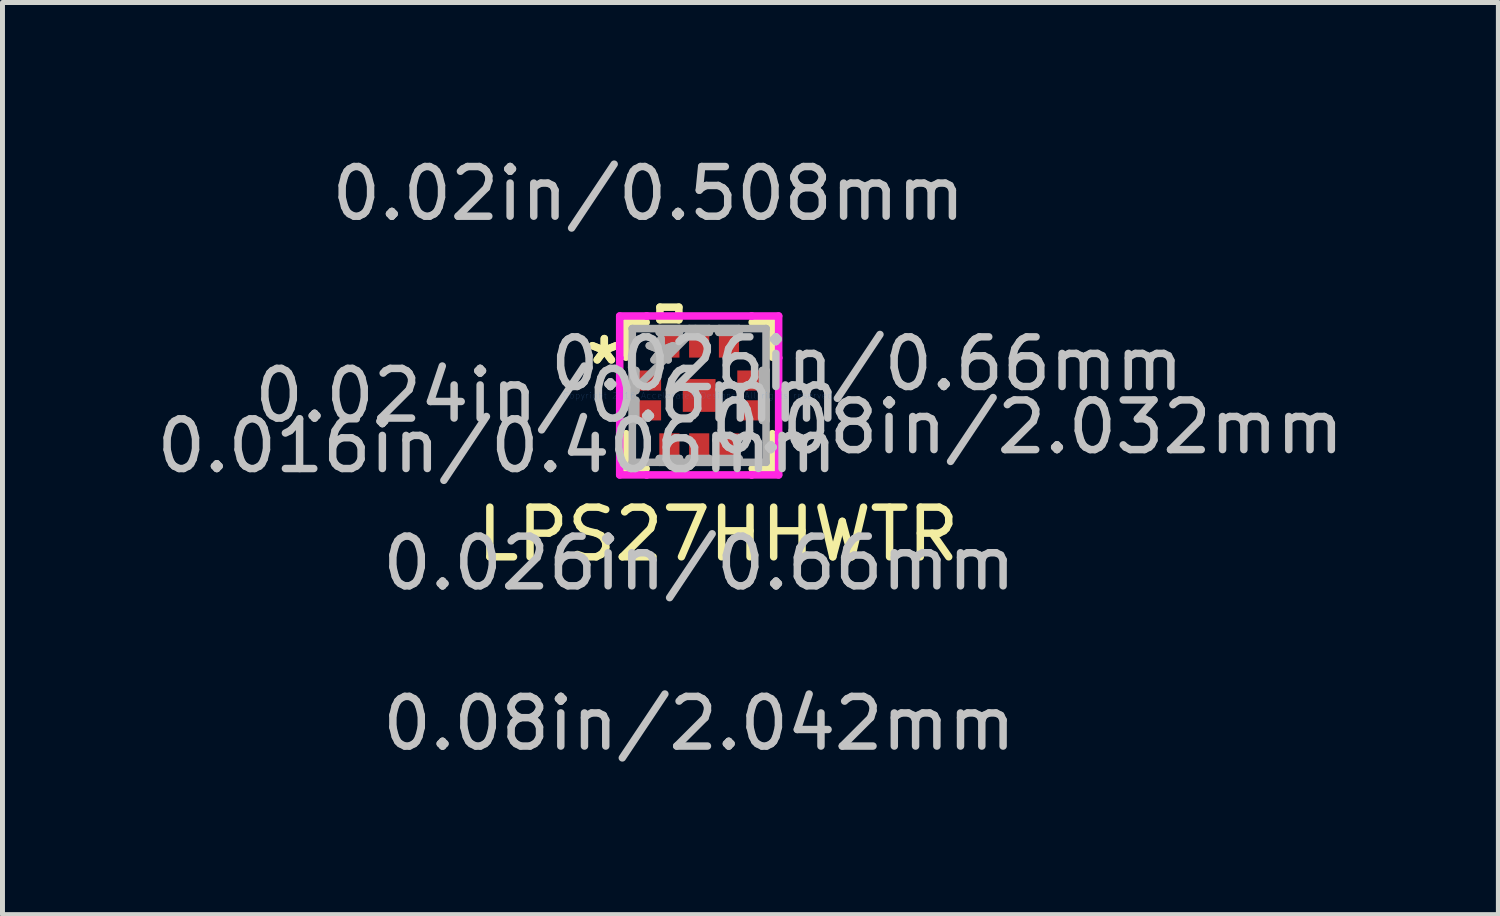
<source format=kicad_pcb>
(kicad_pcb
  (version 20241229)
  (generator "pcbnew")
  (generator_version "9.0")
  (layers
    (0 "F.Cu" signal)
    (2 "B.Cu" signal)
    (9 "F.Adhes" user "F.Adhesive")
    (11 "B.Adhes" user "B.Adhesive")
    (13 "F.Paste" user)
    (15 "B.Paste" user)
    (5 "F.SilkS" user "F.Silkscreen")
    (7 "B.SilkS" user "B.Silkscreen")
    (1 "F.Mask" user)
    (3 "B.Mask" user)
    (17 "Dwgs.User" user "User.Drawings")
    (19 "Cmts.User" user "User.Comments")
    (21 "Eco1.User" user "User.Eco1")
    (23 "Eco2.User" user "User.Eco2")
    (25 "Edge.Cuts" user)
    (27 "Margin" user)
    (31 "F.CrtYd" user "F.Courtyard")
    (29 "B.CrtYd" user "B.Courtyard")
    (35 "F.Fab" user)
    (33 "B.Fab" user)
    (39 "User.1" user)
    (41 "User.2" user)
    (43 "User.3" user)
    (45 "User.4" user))
  (footprint "LPS27HHWTR"
    (layer "F.Cu")
    (at 11.027 4.912)
    (property "Reference" "LPS27HHWTR" (at 0.381 2.794 0) (layer "F.SilkS") (effects (font (size 1 1) (thickness 0.15))))
    (attr through_hole)
    (fp_line (start -1.473 -1.473) (end -1.473 -0.77) (stroke (width 0.152) (type solid)) (layer "F.SilkS"))
    (fp_line (start -1.473 0.77) (end -1.473 1.473) (stroke (width 0.152) (type solid)) (layer "F.SilkS"))
    (fp_line (start -1.473 1.473) (end -1.067 1.473) (stroke (width 0.152) (type solid)) (layer "F.SilkS"))
    (fp_line (start -1.067 -1.473) (end -1.473 -1.473) (stroke (width 0.152) (type solid)) (layer "F.SilkS"))
    (fp_line (start -0.79 -1.778) (end -0.409 -1.778) (stroke (width 0.152) (type solid)) (layer "F.SilkS"))
    (fp_line (start -0.79 -1.524) (end -0.79 -1.778) (stroke (width 0.152) (type solid)) (layer "F.SilkS"))
    (fp_line (start -0.409 -1.778) (end -0.409 -1.524) (stroke (width 0.152) (type solid)) (layer "F.SilkS"))
    (fp_line (start -0.409 -1.524) (end -0.79 -1.524) (stroke (width 0.152) (type solid)) (layer "F.SilkS"))
    (fp_line (start 1.067 1.473) (end 1.473 1.473) (stroke (width 0.152) (type solid)) (layer "F.SilkS"))
    (fp_line (start 1.473 -1.473) (end 1.067 -1.473) (stroke (width 0.152) (type solid)) (layer "F.SilkS"))
    (fp_line (start 1.473 -0.77) (end 1.473 -1.473) (stroke (width 0.152) (type solid)) (layer "F.SilkS"))
    (fp_line (start 1.473 1.473) (end 1.473 0.77) (stroke (width 0.152) (type solid)) (layer "F.SilkS"))
    (fp_line (start -1.6 -1.6) (end -1.057 -1.6) (stroke (width 0.152) (type solid)) (layer "F.CrtYd"))
    (fp_line (start -1.6 -0.757) (end -1.6 -1.6) (stroke (width 0.152) (type solid)) (layer "F.CrtYd"))
    (fp_line (start -1.6 -0.757) (end -1.6 -0.757) (stroke (width 0.152) (type solid)) (layer "F.CrtYd"))
    (fp_line (start -1.6 0.757) (end -1.6 -0.757) (stroke (width 0.152) (type solid)) (layer "F.CrtYd"))
    (fp_line (start -1.6 0.757) (end -1.6 0.757) (stroke (width 0.152) (type solid)) (layer "F.CrtYd"))
    (fp_line (start -1.6 1.6) (end -1.6 0.757) (stroke (width 0.152) (type solid)) (layer "F.CrtYd"))
    (fp_line (start -1.057 -1.6) (end -1.057 -1.6) (stroke (width 0.152) (type solid)) (layer "F.CrtYd"))
    (fp_line (start -1.057 -1.6) (end 1.057 -1.6) (stroke (width 0.152) (type solid)) (layer "F.CrtYd"))
    (fp_line (start -1.057 1.6) (end -1.6 1.6) (stroke (width 0.152) (type solid)) (layer "F.CrtYd"))
    (fp_line (start -1.057 1.6) (end -1.057 1.6) (stroke (width 0.152) (type solid)) (layer "F.CrtYd"))
    (fp_line (start 1.057 -1.6) (end 1.057 -1.6) (stroke (width 0.152) (type solid)) (layer "F.CrtYd"))
    (fp_line (start 1.057 -1.6) (end 1.6 -1.6) (stroke (width 0.152) (type solid)) (layer "F.CrtYd"))
    (fp_line (start 1.057 1.6) (end -1.057 1.6) (stroke (width 0.152) (type solid)) (layer "F.CrtYd"))
    (fp_line (start 1.057 1.6) (end 1.057 1.6) (stroke (width 0.152) (type solid)) (layer "F.CrtYd"))
    (fp_line (start 1.6 -1.6) (end 1.6 -0.757) (stroke (width 0.152) (type solid)) (layer "F.CrtYd"))
    (fp_line (start 1.6 -0.757) (end 1.6 -0.757) (stroke (width 0.152) (type solid)) (layer "F.CrtYd"))
    (fp_line (start 1.6 -0.757) (end 1.6 0.757) (stroke (width 0.152) (type solid)) (layer "F.CrtYd"))
    (fp_line (start 1.6 0.757) (end 1.6 0.757) (stroke (width 0.152) (type solid)) (layer "F.CrtYd"))
    (fp_line (start 1.6 0.757) (end 1.6 1.6) (stroke (width 0.152) (type solid)) (layer "F.CrtYd"))
    (fp_line (start 1.6 1.6) (end 1.057 1.6) (stroke (width 0.152) (type solid)) (layer "F.CrtYd"))
    (fp_line (start -1.346 -1.346) (end -1.346 -1.346) (stroke (width 0.152) (type solid)) (layer "F.Fab"))
    (fp_line (start -1.346 -1.346) (end -1.346 1.346) (stroke (width 0.152) (type solid)) (layer "F.Fab"))
    (fp_line (start -1.346 -0.503) (end -1.275 -0.503) (stroke (width 0.152) (type solid)) (layer "F.Fab"))
    (fp_line (start -1.346 -0.097) (end -1.346 -0.503) (stroke (width 0.152) (type solid)) (layer "F.Fab"))
    (fp_line (start -1.346 -0.076) (end -0.076 -1.346) (stroke (width 0.152) (type solid)) (layer "F.Fab"))
    (fp_line (start -1.346 0.097) (end -1.275 0.097) (stroke (width 0.152) (type solid)) (layer "F.Fab"))
    (fp_line (start -1.346 0.503) (end -1.346 0.097) (stroke (width 0.152) (type solid)) (layer "F.Fab"))
    (fp_line (start -1.346 1.346) (end -1.346 1.346) (stroke (width 0.152) (type solid)) (layer "F.Fab"))
    (fp_line (start -1.346 1.346) (end 1.346 1.346) (stroke (width 0.152) (type solid)) (layer "F.Fab"))
    (fp_line (start -1.275 -0.503) (end -1.275 -0.097) (stroke (width 0.152) (type solid)) (layer "F.Fab"))
    (fp_line (start -1.275 -0.097) (end -1.346 -0.097) (stroke (width 0.152) (type solid)) (layer "F.Fab"))
    (fp_line (start -1.275 0.097) (end -1.275 0.503) (stroke (width 0.152) (type solid)) (layer "F.Fab"))
    (fp_line (start -1.275 0.503) (end -1.346 0.503) (stroke (width 0.152) (type solid)) (layer "F.Fab"))
    (fp_line (start -0.803 -1.346) (end -0.397 -1.346) (stroke (width 0.152) (type solid)) (layer "F.Fab"))
    (fp_line (start -0.803 -1.27) (end -0.803 -1.346) (stroke (width 0.152) (type solid)) (layer "F.Fab"))
    (fp_line (start -0.803 1.27) (end -0.397 1.27) (stroke (width 0.152) (type solid)) (layer "F.Fab"))
    (fp_line (start -0.803 1.346) (end -0.803 1.27) (stroke (width 0.152) (type solid)) (layer "F.Fab"))
    (fp_line (start -0.397 -1.346) (end -0.397 -1.27) (stroke (width 0.152) (type solid)) (layer "F.Fab"))
    (fp_line (start -0.397 -1.27) (end -0.803 -1.27) (stroke (width 0.152) (type solid)) (layer "F.Fab"))
    (fp_line (start -0.397 1.27) (end -0.397 1.346) (stroke (width 0.152) (type solid)) (layer "F.Fab"))
    (fp_line (start -0.397 1.346) (end -0.803 1.346) (stroke (width 0.152) (type solid)) (layer "F.Fab"))
    (fp_line (start -0.203 -1.346) (end 0.203 -1.346) (stroke (width 0.152) (type solid)) (layer "F.Fab"))
    (fp_line (start -0.203 -1.27) (end -0.203 -1.346) (stroke (width 0.152) (type solid)) (layer "F.Fab"))
    (fp_line (start -0.203 1.27) (end 0.203 1.27) (stroke (width 0.152) (type solid)) (layer "F.Fab"))
    (fp_line (start -0.203 1.346) (end -0.203 1.27) (stroke (width 0.152) (type solid)) (layer "F.Fab"))
    (fp_line (start 0.203 -1.346) (end 0.203 -1.27) (stroke (width 0.152) (type solid)) (layer "F.Fab"))
    (fp_line (start 0.203 -1.27) (end -0.203 -1.27) (stroke (width 0.152) (type solid)) (layer "F.Fab"))
    (fp_line (start 0.203 1.27) (end 0.203 1.346) (stroke (width 0.152) (type solid)) (layer "F.Fab"))
    (fp_line (start 0.203 1.346) (end -0.203 1.346) (stroke (width 0.152) (type solid)) (layer "F.Fab"))
    (fp_line (start 0.397 -1.346) (end 0.803 -1.346) (stroke (width 0.152) (type solid)) (layer "F.Fab"))
    (fp_line (start 0.397 -1.27) (end 0.397 -1.346) (stroke (width 0.152) (type solid)) (layer "F.Fab"))
    (fp_line (start 0.397 1.27) (end 0.803 1.27) (stroke (width 0.152) (type solid)) (layer "F.Fab"))
    (fp_line (start 0.397 1.346) (end 0.397 1.27) (stroke (width 0.152) (type solid)) (layer "F.Fab"))
    (fp_line (start 0.803 -1.346) (end 0.803 -1.27) (stroke (width 0.152) (type solid)) (layer "F.Fab"))
    (fp_line (start 0.803 -1.27) (end 0.397 -1.27) (stroke (width 0.152) (type solid)) (layer "F.Fab"))
    (fp_line (start 0.803 1.27) (end 0.803 1.346) (stroke (width 0.152) (type solid)) (layer "F.Fab"))
    (fp_line (start 0.803 1.346) (end 0.397 1.346) (stroke (width 0.152) (type solid)) (layer "F.Fab"))
    (fp_line (start 1.275 -0.503) (end 1.346 -0.503) (stroke (width 0.152) (type solid)) (layer "F.Fab"))
    (fp_line (start 1.275 -0.097) (end 1.275 -0.503) (stroke (width 0.152) (type solid)) (layer "F.Fab"))
    (fp_line (start 1.275 0.097) (end 1.346 0.097) (stroke (width 0.152) (type solid)) (layer "F.Fab"))
    (fp_line (start 1.275 0.503) (end 1.275 0.097) (stroke (width 0.152) (type solid)) (layer "F.Fab"))
    (fp_line (start 1.346 -1.346) (end -1.346 -1.346) (stroke (width 0.152) (type solid)) (layer "F.Fab"))
    (fp_line (start 1.346 -1.346) (end 1.346 -1.346) (stroke (width 0.152) (type solid)) (layer "F.Fab"))
    (fp_line (start 1.346 -0.503) (end 1.346 -0.097) (stroke (width 0.152) (type solid)) (layer "F.Fab"))
    (fp_line (start 1.346 -0.097) (end 1.275 -0.097) (stroke (width 0.152) (type solid)) (layer "F.Fab"))
    (fp_line (start 1.346 0.097) (end 1.346 0.503) (stroke (width 0.152) (type solid)) (layer "F.Fab"))
    (fp_line (start 1.346 0.503) (end 1.275 0.503) (stroke (width 0.152) (type solid)) (layer "F.Fab"))
    (fp_line (start 1.346 1.346) (end 1.346 -1.346) (stroke (width 0.152) (type solid)) (layer "F.Fab"))
    (fp_line (start 1.346 1.346) (end 1.346 1.346) (stroke (width 0.152) (type solid)) (layer "F.Fab"))
    (fp_text user "*" (at -1.91 -0.6 0) (layer "F.SilkS") (effects (font (size 1 1) (thickness 0.15))))
    (fp_text user "*" (at -1.91 -0.6 0) (layer "F.SilkS") (effects (font (size 1 1) (thickness 0.15))))
    (fp_text user "0.016in/0.406mm" (at -4.069 1.016 0) (layer "Dwgs.User") (effects (font (size 1 1) (thickness 0.15))))
    (fp_text user "0.024in/0.6mm" (at -3.053 0 0) (layer "Dwgs.User") (effects (font (size 1 1) (thickness 0.15))))
    (fp_text user "0.026in/0.66mm" (at 3.378 -0.635 0) (layer "Dwgs.User") (effects (font (size 1 1) (thickness 0.15))))
    (fp_text user "0.02in/0.508mm" (at -1.021 -4.064 0) (layer "Dwgs.User") (effects (font (size 1 1) (thickness 0.15))))
    (fp_text user "0.026in/0.66mm" (at 0 3.378 0) (layer "Dwgs.User") (effects (font (size 1 1) (thickness 0.15))))
    (fp_text user "0.08in/2.032mm" (at 6.609 0.635 0) (layer "Dwgs.User") (effects (font (size 1 1) (thickness 0.15))))
    (fp_text user "0.08in/2.042mm" (at 0 6.604 0) (layer "Dwgs.User") (effects (font (size 1 1) (thickness 0.15))))
    (fp_text user "Copyright 2016 Accelerated Designs. All rights reserved." (at 0 0 0) (layer "Cmts.User") (effects (font (size 0.127 0.127) (thickness 0.002))))
    (fp_text user "*" (at -0.767 -0.6 0) (layer "F.Fab") (effects (font (size 1 1) (thickness 0.15))))
    (fp_text user "*" (at -0.767 -0.6 0) (layer "F.Fab") (effects (font (size 1 1) (thickness 0.15))))
    (pad "1" smd rect (at -1.021 -0.3 90) (size 0.406 0.508) (layers "F.Cu" "F.Mask" "F.Paste"))
    (pad "2" smd rect (at -1.021 0.3 90) (size 0.406 0.508) (layers "F.Cu" "F.Mask" "F.Paste"))
    (pad "3" smd rect (at -0.6 1.016) (size 0.406 0.508) (layers "F.Cu" "F.Mask" "F.Paste"))
    (pad "4" smd rect (at 0 1.016) (size 0.406 0.508) (layers "F.Cu" "F.Mask" "F.Paste"))
    (pad "5" smd rect (at 0.6 1.016) (size 0.406 0.508) (layers "F.Cu" "F.Mask" "F.Paste"))
    (pad "6" smd rect (at 1.021 0.3 90) (size 0.406 0.508) (layers "F.Cu" "F.Mask" "F.Paste"))
    (pad "7" smd rect (at 1.021 -0.3 90) (size 0.406 0.508) (layers "F.Cu" "F.Mask" "F.Paste"))
    (pad "8" smd rect (at 0.6 -1.016) (size 0.406 0.508) (layers "F.Cu" "F.Mask" "F.Paste"))
    (pad "9" smd rect (at 0 -1.016) (size 0.406 0.508) (layers "F.Cu" "F.Mask" "F.Paste"))
    (pad "10" smd rect (at -0.6 -1.016) (size 0.406 0.508) (layers "F.Cu" "F.Mask" "F.Paste"))
    (pad "11" smd rect (at 0 0) (size 0.66 0.66) (layers "F.Cu" "F.Mask" "F.Paste")))
  (gr_rect
    (start -3 -3)
    (end 27.118 15.364)
    (stroke (width 0.1) (type default))
    (fill no)
    (layer "Edge.Cuts")))
</source>
